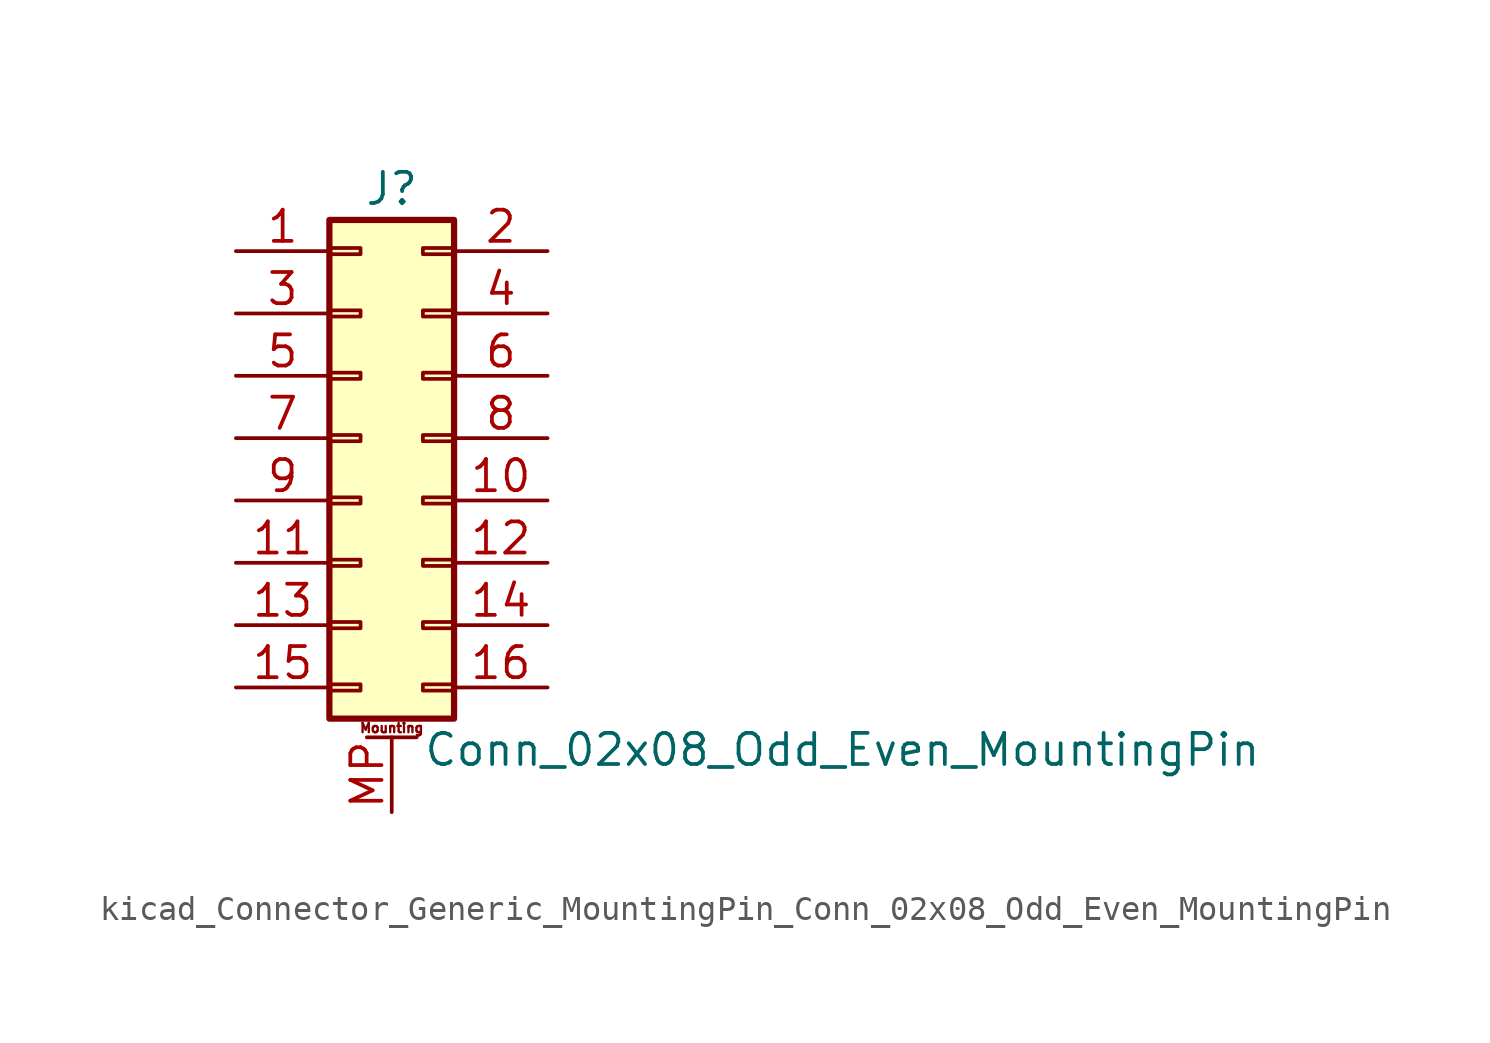
<source format=kicad_sym>
(kicad_symbol_lib
  (version 20220914)
  (generator kicad_symbol_editor)
  (symbol "kicad_Connector_Generic_MountingPin_Conn_02x08_Odd_Even_MountingPin"
    (pin_names
      (offset 1.016) hide)
    (property "Reference" "J"
      (at 1.27 10.16 0)
      (effects (font (size 1.27 1.27))))
    (property "Value" "Conn_02x08_Odd_Even_MountingPin"
      (at 2.54 -12.7 0)
      (effects (font (size 1.27 1.27)) (justify left)))
    (symbol "kicad_Connector_Generic_MountingPin_Conn_02x08_Odd_Even_MountingPin_1_1"
      (rectangle (start -1.27 -10.033) (end 0 -10.287) (stroke (width 0.152) (type default)) (fill (type none)))
      (rectangle (start -1.27 -7.493) (end 0 -7.747) (stroke (width 0.152) (type default)) (fill (type none)))
      (rectangle (start -1.27 -4.953) (end 0 -5.207) (stroke (width 0.152) (type default)) (fill (type none)))
      (rectangle (start -1.27 -2.413) (end 0 -2.667) (stroke (width 0.152) (type default)) (fill (type none)))
      (rectangle (start -1.27 0.127) (end 0 -0.127) (stroke (width 0.152) (type default)) (fill (type none)))
      (rectangle (start -1.27 2.667) (end 0 2.413) (stroke (width 0.152) (type default)) (fill (type none)))
      (rectangle (start -1.27 5.207) (end 0 4.953) (stroke (width 0.152) (type default)) (fill (type none)))
      (rectangle (start -1.27 7.747) (end 0 7.493) (stroke (width 0.152) (type default)) (fill (type none)))
      (rectangle (start -1.27 8.89) (end 3.81 -11.43) (stroke (width 0.254) (type default)) (fill (type background)))
      (polyline (pts (xy 0.254 -12.192) (xy 2.286 -12.192)) (stroke (width 0.152) (type default)) (fill (type none)))
      (rectangle (start 3.81 -10.033) (end 2.54 -10.287) (stroke (width 0.152) (type default)) (fill (type none)))
      (rectangle (start 3.81 -7.493) (end 2.54 -7.747) (stroke (width 0.152) (type default)) (fill (type none)))
      (rectangle (start 3.81 -4.953) (end 2.54 -5.207) (stroke (width 0.152) (type default)) (fill (type none)))
      (rectangle (start 3.81 -2.413) (end 2.54 -2.667) (stroke (width 0.152) (type default)) (fill (type none)))
      (rectangle (start 3.81 0.127) (end 2.54 -0.127) (stroke (width 0.152) (type default)) (fill (type none)))
      (rectangle (start 3.81 2.667) (end 2.54 2.413) (stroke (width 0.152) (type default)) (fill (type none)))
      (rectangle (start 3.81 5.207) (end 2.54 4.953) (stroke (width 0.152) (type default)) (fill (type none)))
      (rectangle (start 3.81 7.747) (end 2.54 7.493) (stroke (width 0.152) (type default)) (fill (type none)))
      (text "Mounting" (at 1.27 -11.811 0) (effects (font (size 0.381 0.381))))
      (pin passive line (at -5.08 7.62 0) (length 3.81) (name "Pin_1" (effects (font (size 1.27 1.27)))) (number "1" (effects (font (size 1.27 1.27)))))
      (pin passive line (at 7.62 -2.54 180) (length 3.81) (name "Pin_10" (effects (font (size 1.27 1.27)))) (number "10" (effects (font (size 1.27 1.27)))))
      (pin passive line (at -5.08 -5.08 0) (length 3.81) (name "Pin_11" (effects (font (size 1.27 1.27)))) (number "11" (effects (font (size 1.27 1.27)))))
      (pin passive line (at 7.62 -5.08 180) (length 3.81) (name "Pin_12" (effects (font (size 1.27 1.27)))) (number "12" (effects (font (size 1.27 1.27)))))
      (pin passive line (at -5.08 -7.62 0) (length 3.81) (name "Pin_13" (effects (font (size 1.27 1.27)))) (number "13" (effects (font (size 1.27 1.27)))))
      (pin passive line (at 7.62 -7.62 180) (length 3.81) (name "Pin_14" (effects (font (size 1.27 1.27)))) (number "14" (effects (font (size 1.27 1.27)))))
      (pin passive line (at -5.08 -10.16 0) (length 3.81) (name "Pin_15" (effects (font (size 1.27 1.27)))) (number "15" (effects (font (size 1.27 1.27)))))
      (pin passive line (at 7.62 -10.16 180) (length 3.81) (name "Pin_16" (effects (font (size 1.27 1.27)))) (number "16" (effects (font (size 1.27 1.27)))))
      (pin passive line (at 7.62 7.62 180) (length 3.81) (name "Pin_2" (effects (font (size 1.27 1.27)))) (number "2" (effects (font (size 1.27 1.27)))))
      (pin passive line (at -5.08 5.08 0) (length 3.81) (name "Pin_3" (effects (font (size 1.27 1.27)))) (number "3" (effects (font (size 1.27 1.27)))))
      (pin passive line (at 7.62 5.08 180) (length 3.81) (name "Pin_4" (effects (font (size 1.27 1.27)))) (number "4" (effects (font (size 1.27 1.27)))))
      (pin passive line (at -5.08 2.54 0) (length 3.81) (name "Pin_5" (effects (font (size 1.27 1.27)))) (number "5" (effects (font (size 1.27 1.27)))))
      (pin passive line (at 7.62 2.54 180) (length 3.81) (name "Pin_6" (effects (font (size 1.27 1.27)))) (number "6" (effects (font (size 1.27 1.27)))))
      (pin passive line (at -5.08 0 0) (length 3.81) (name "Pin_7" (effects (font (size 1.27 1.27)))) (number "7" (effects (font (size 1.27 1.27)))))
      (pin passive line (at 7.62 0 180) (length 3.81) (name "Pin_8" (effects (font (size 1.27 1.27)))) (number "8" (effects (font (size 1.27 1.27)))))
      (pin passive line (at -5.08 -2.54 0) (length 3.81) (name "Pin_9" (effects (font (size 1.27 1.27)))) (number "9" (effects (font (size 1.27 1.27)))))
      (pin passive line (at 1.27 -15.24 90) (length 3.048) (name "MountPin" (effects (font (size 1.27 1.27)))) (number "MP" (effects (font (size 1.27 1.27))))))))
</source>
